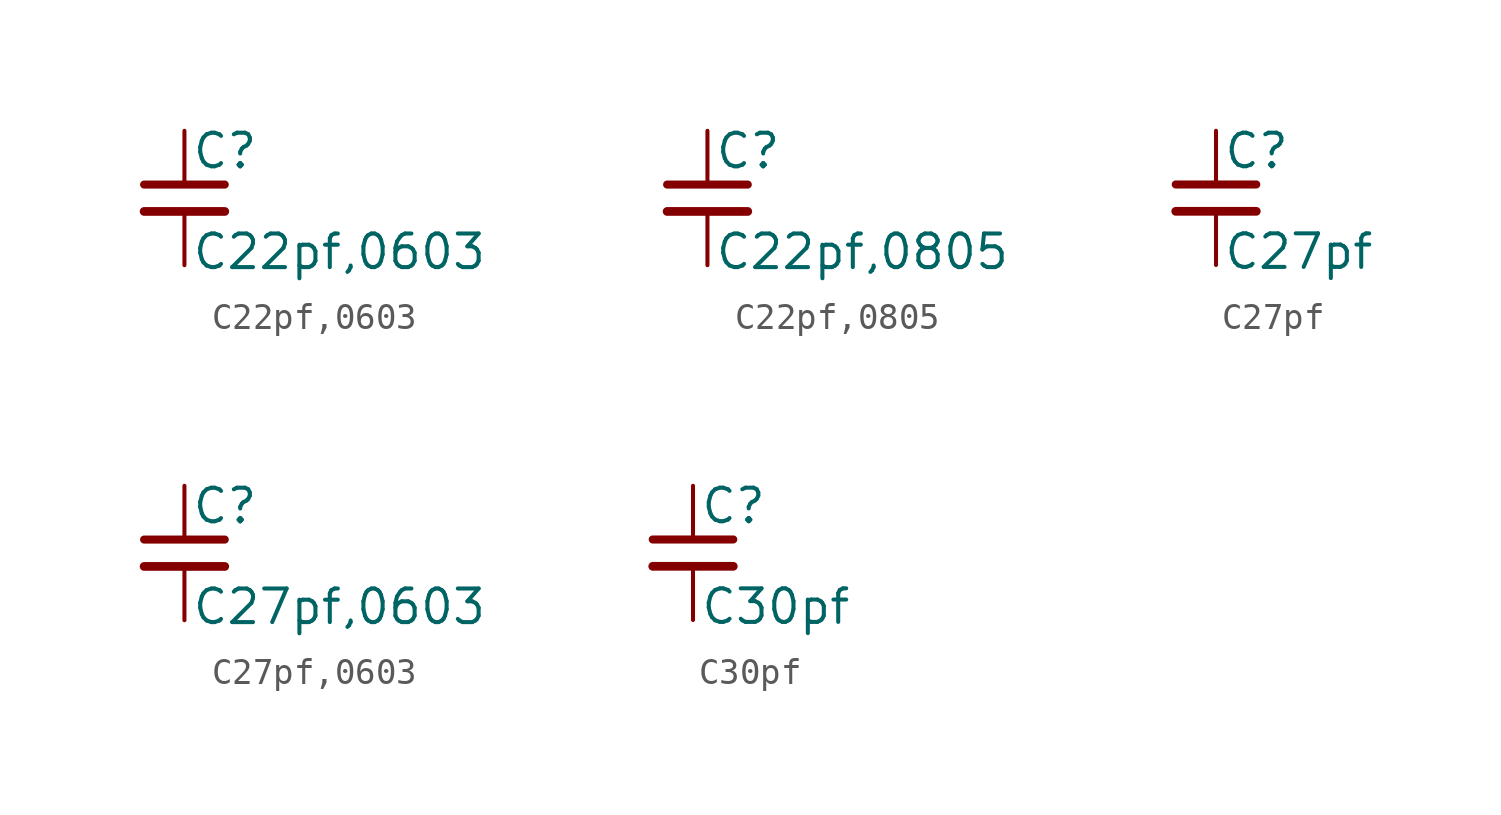
<source format=kicad_sym>
(kicad_symbol_lib
  (version 20211014)
  (generator kicad_symbol_editor)
  (symbol "C22pf,0603"
    (pin_numbers hide)
    (pin_names
      (offset 0.254) hide)
    (property "Reference" "C"
      (at 0.254 1.778 0)
      (effects (font (size 1.27 1.27)) (justify left)))
    (property "Value" "C22pf,0603"
      (at 0.254 -2.032 0)
      (effects (font (size 1.27 1.27)) (justify left)))
    (symbol "C22pf,0603_0_1"
      (polyline (pts (xy -1.524 -0.508) (xy 1.524 -0.508)) (stroke (width 0.33) (type default) (color 0 0 0 0)) (fill (type none)))
      (polyline (pts (xy -1.524 0.508) (xy 1.524 0.508)) (stroke (width 0.305) (type default) (color 0 0 0 0)) (fill (type none))))
    (symbol "C22pf,0603_1_1"
      (pin passive line (at 0 2.54 270) (length 2.032) (name "~" (effects (font (size 1.27 1.27)))) (number "1" (effects (font (size 1.27 1.27)))))
      (pin passive line (at 0 -2.54 90) (length 2.032) (name "~" (effects (font (size 1.27 1.27)))) (number "2" (effects (font (size 1.27 1.27)))))))
  (symbol "C22pf,0805"
    (pin_numbers hide)
    (pin_names
      (offset 0.254) hide)
    (property "Reference" "C"
      (at 0.254 1.778 0)
      (effects (font (size 1.27 1.27)) (justify left)))
    (property "Value" "C22pf,0805"
      (at 0.254 -2.032 0)
      (effects (font (size 1.27 1.27)) (justify left)))
    (symbol "C22pf,0805_0_1"
      (polyline (pts (xy -1.524 -0.508) (xy 1.524 -0.508)) (stroke (width 0.33) (type default) (color 0 0 0 0)) (fill (type none)))
      (polyline (pts (xy -1.524 0.508) (xy 1.524 0.508)) (stroke (width 0.305) (type default) (color 0 0 0 0)) (fill (type none))))
    (symbol "C22pf,0805_1_1"
      (pin passive line (at 0 2.54 270) (length 2.032) (name "~" (effects (font (size 1.27 1.27)))) (number "1" (effects (font (size 1.27 1.27)))))
      (pin passive line (at 0 -2.54 90) (length 2.032) (name "~" (effects (font (size 1.27 1.27)))) (number "2" (effects (font (size 1.27 1.27)))))))
  (symbol "C27pf"
    (pin_numbers hide)
    (pin_names
      (offset 0.254) hide)
    (property "Reference" "C"
      (at 0.254 1.778 0)
      (effects (font (size 1.27 1.27)) (justify left)))
    (property "Value" "C27pf"
      (at 0.254 -2.032 0)
      (effects (font (size 1.27 1.27)) (justify left)))
    (symbol "C27pf_0_1"
      (polyline (pts (xy -1.524 -0.508) (xy 1.524 -0.508)) (stroke (width 0.33) (type default) (color 0 0 0 0)) (fill (type none)))
      (polyline (pts (xy -1.524 0.508) (xy 1.524 0.508)) (stroke (width 0.305) (type default) (color 0 0 0 0)) (fill (type none))))
    (symbol "C27pf_1_1"
      (pin passive line (at 0 2.54 270) (length 2.032) (name "~" (effects (font (size 1.27 1.27)))) (number "1" (effects (font (size 1.27 1.27)))))
      (pin passive line (at 0 -2.54 90) (length 2.032) (name "~" (effects (font (size 1.27 1.27)))) (number "2" (effects (font (size 1.27 1.27)))))))
  (symbol "C27pf,0603"
    (pin_numbers hide)
    (pin_names
      (offset 0.254) hide)
    (property "Reference" "C"
      (at 0.254 1.778 0)
      (effects (font (size 1.27 1.27)) (justify left)))
    (property "Value" "C27pf,0603"
      (at 0.254 -2.032 0)
      (effects (font (size 1.27 1.27)) (justify left)))
    (symbol "C27pf,0603_0_1"
      (polyline (pts (xy -1.524 -0.508) (xy 1.524 -0.508)) (stroke (width 0.33) (type default) (color 0 0 0 0)) (fill (type none)))
      (polyline (pts (xy -1.524 0.508) (xy 1.524 0.508)) (stroke (width 0.305) (type default) (color 0 0 0 0)) (fill (type none))))
    (symbol "C27pf,0603_1_1"
      (pin passive line (at 0 2.54 270) (length 2.032) (name "~" (effects (font (size 1.27 1.27)))) (number "1" (effects (font (size 1.27 1.27)))))
      (pin passive line (at 0 -2.54 90) (length 2.032) (name "~" (effects (font (size 1.27 1.27)))) (number "2" (effects (font (size 1.27 1.27)))))))
  (symbol "C30pf"
    (pin_numbers hide)
    (pin_names
      (offset 0.254) hide)
    (property "Reference" "C"
      (at 0.254 1.778 0)
      (effects (font (size 1.27 1.27)) (justify left)))
    (property "Value" "C30pf"
      (at 0.254 -2.032 0)
      (effects (font (size 1.27 1.27)) (justify left)))
    (symbol "C30pf_0_1"
      (polyline (pts (xy -1.524 -0.508) (xy 1.524 -0.508)) (stroke (width 0.33) (type default) (color 0 0 0 0)) (fill (type none)))
      (polyline (pts (xy -1.524 0.508) (xy 1.524 0.508)) (stroke (width 0.305) (type default) (color 0 0 0 0)) (fill (type none))))
    (symbol "C30pf_1_1"
      (pin passive line (at 0 2.54 270) (length 2.032) (name "~" (effects (font (size 1.27 1.27)))) (number "1" (effects (font (size 1.27 1.27)))))
      (pin passive line (at 0 -2.54 90) (length 2.032) (name "~" (effects (font (size 1.27 1.27)))) (number "2" (effects (font (size 1.27 1.27))))))))
</source>
